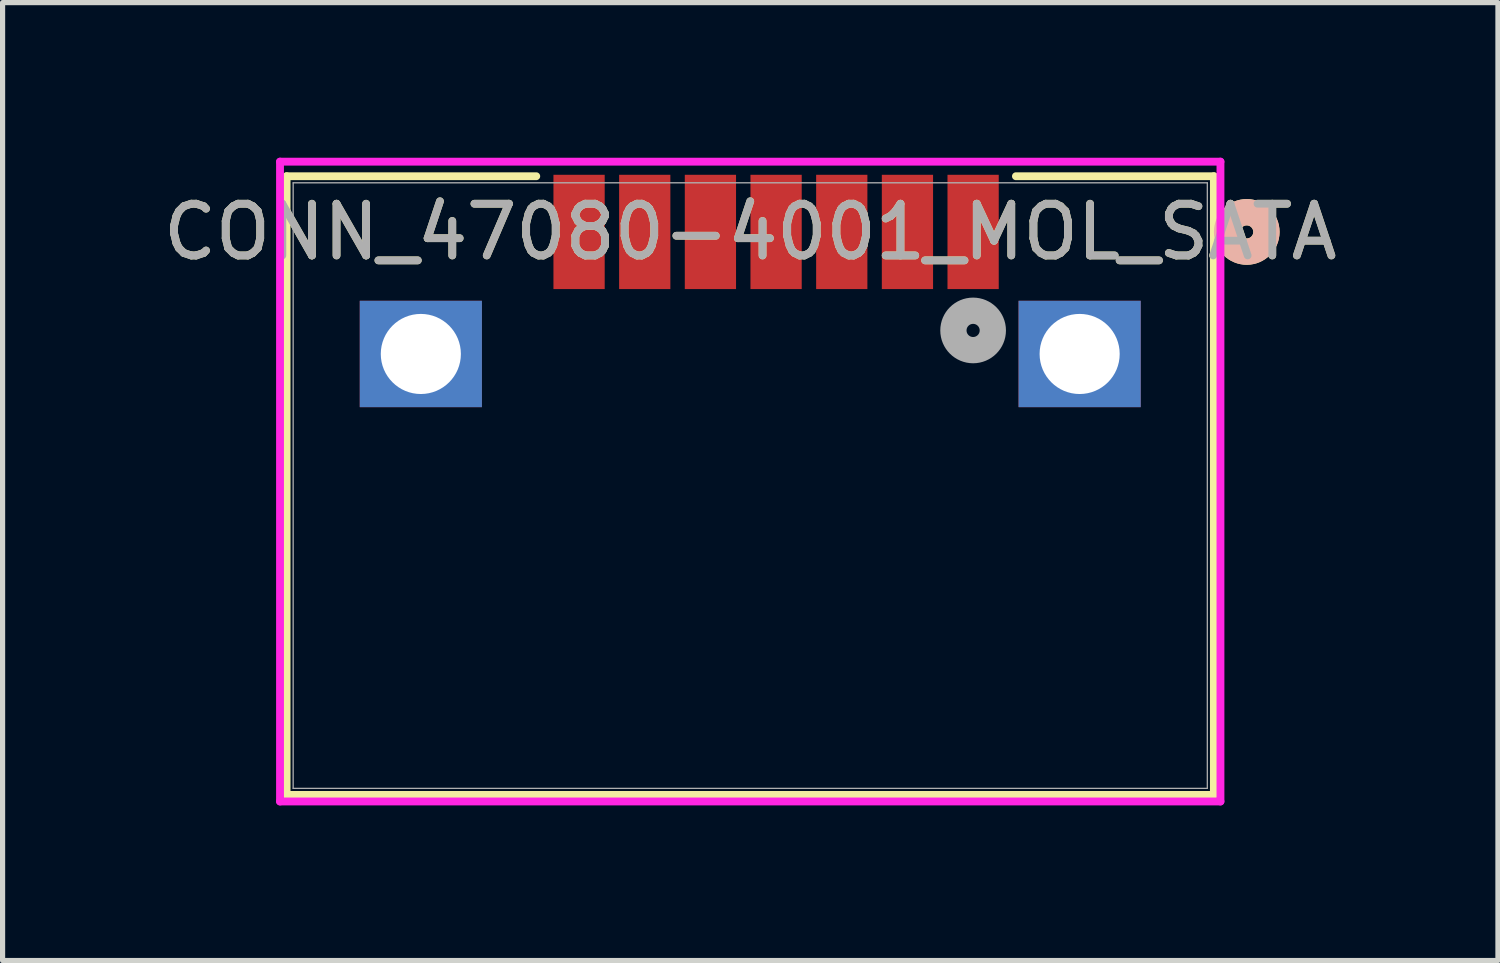
<source format=kicad_pcb>
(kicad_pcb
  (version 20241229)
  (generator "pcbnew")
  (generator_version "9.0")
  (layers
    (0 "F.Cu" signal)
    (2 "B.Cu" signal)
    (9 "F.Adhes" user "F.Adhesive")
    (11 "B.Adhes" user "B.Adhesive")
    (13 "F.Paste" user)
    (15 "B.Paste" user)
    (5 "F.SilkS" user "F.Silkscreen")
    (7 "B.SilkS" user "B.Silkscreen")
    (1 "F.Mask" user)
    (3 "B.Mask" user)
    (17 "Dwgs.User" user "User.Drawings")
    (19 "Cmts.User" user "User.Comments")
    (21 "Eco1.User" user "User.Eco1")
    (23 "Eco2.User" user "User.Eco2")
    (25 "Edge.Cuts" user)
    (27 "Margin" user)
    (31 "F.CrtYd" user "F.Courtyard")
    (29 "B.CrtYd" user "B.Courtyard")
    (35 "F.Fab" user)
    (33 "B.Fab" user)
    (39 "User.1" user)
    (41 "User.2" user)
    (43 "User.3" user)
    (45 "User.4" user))
  (footprint "CONN_47080-4001_MOL_SATA"
    (layer "F.Cu")
    (at 11.458 6.34)
    (property "Reference" "CONN_47080-4001_MOL_SATA" (at 0 -4.905 0) (unlocked yes) (layer "F.SilkS") (effects (font (size 1 1) (thickness 0.15))))
    (attr smd)
    (fp_line (start -8.966 -5.982) (end -8.966 5.982) (stroke (width 0.152) (type solid)) (layer "F.SilkS"))
    (fp_line (start -8.966 5.982) (end 8.966 5.982) (stroke (width 0.152) (type solid)) (layer "F.SilkS"))
    (fp_line (start -4.138 -5.982) (end -8.966 -5.982) (stroke (width 0.152) (type solid)) (layer "F.SilkS"))
    (fp_line (start 8.966 -5.982) (end 5.138 -5.982) (stroke (width 0.152) (type solid)) (layer "F.SilkS"))
    (fp_line (start 8.966 5.982) (end 8.966 -5.982) (stroke (width 0.152) (type solid)) (layer "F.SilkS"))
    (fp_circle (center 9.601 -4.905) (end 9.982 -4.905) (stroke (width 0.508) (type solid)) (fill no) (layer "F.SilkS"))
    (fp_circle (center 9.601 -4.905) (end 9.982 -4.905) (stroke (width 0.508) (type solid)) (fill no) (layer "B.SilkS"))
    (fp_line (start -9.093 -6.264) (end -9.093 6.109) (stroke (width 0.152) (type solid)) (layer "F.CrtYd"))
    (fp_line (start -9.093 6.109) (end 9.093 6.109) (stroke (width 0.152) (type solid)) (layer "F.CrtYd"))
    (fp_line (start 9.093 -6.264) (end -9.093 -6.264) (stroke (width 0.152) (type solid)) (layer "F.CrtYd"))
    (fp_line (start 9.093 6.109) (end 9.093 -6.264) (stroke (width 0.152) (type solid)) (layer "F.CrtYd"))
    (fp_line (start -8.839 -5.855) (end -8.839 5.855) (stroke (width 0.025) (type solid)) (layer "F.Fab"))
    (fp_line (start -8.839 5.855) (end 8.839 5.855) (stroke (width 0.025) (type solid)) (layer "F.Fab"))
    (fp_line (start 8.839 -5.855) (end -8.839 -5.855) (stroke (width 0.025) (type solid)) (layer "F.Fab"))
    (fp_line (start 8.839 5.855) (end 8.839 -5.855) (stroke (width 0.025) (type solid)) (layer "F.Fab"))
    (fp_circle (center 4.31 -3) (end 4.691 -3) (stroke (width 0.508) (type solid)) (fill no) (layer "F.Fab"))
    (fp_text user "${REFERENCE}" (at 0 -4.905 0) (unlocked yes) (layer "F.Fab") (effects (font (size 1 1) (thickness 0.15))))
    (pad "1" smd rect (at 4.31 -4.905) (size 0.991 2.21) (layers "F.Cu" "F.Mask" "F.Paste"))
    (pad "2" smd rect (at 3.04 -4.905) (size 0.991 2.21) (layers "F.Cu" "F.Mask" "F.Paste"))
    (pad "3" smd rect (at 1.77 -4.905) (size 0.991 2.21) (layers "F.Cu" "F.Mask" "F.Paste"))
    (pad "4" smd rect (at 0.5 -4.905) (size 0.991 2.21) (layers "F.Cu" "F.Mask" "F.Paste"))
    (pad "5" smd rect (at -0.77 -4.905) (size 0.991 2.21) (layers "F.Cu" "F.Mask" "F.Paste"))
    (pad "6" smd rect (at -2.04 -4.905) (size 0.991 2.21) (layers "F.Cu" "F.Mask" "F.Paste"))
    (pad "7" smd rect (at -3.31 -4.905) (size 0.991 2.21) (layers "F.Cu" "F.Mask" "F.Paste"))
    (pad "8" thru_hole rect (at -6.37 -2.545 90) (size 2.057 2.362) (drill 1.549) (layers "*.Cu" "*.Mask"))
    (pad "9" thru_hole rect (at 6.37 -2.545 90) (size 2.057 2.362) (drill 1.549) (layers "*.Cu" "*.Mask")))
  (gr_rect
    (start -3 -3)
    (end 25.917 15.525)
    (stroke (width 0.1) (type default))
    (fill no)
    (layer "Edge.Cuts")))
</source>
